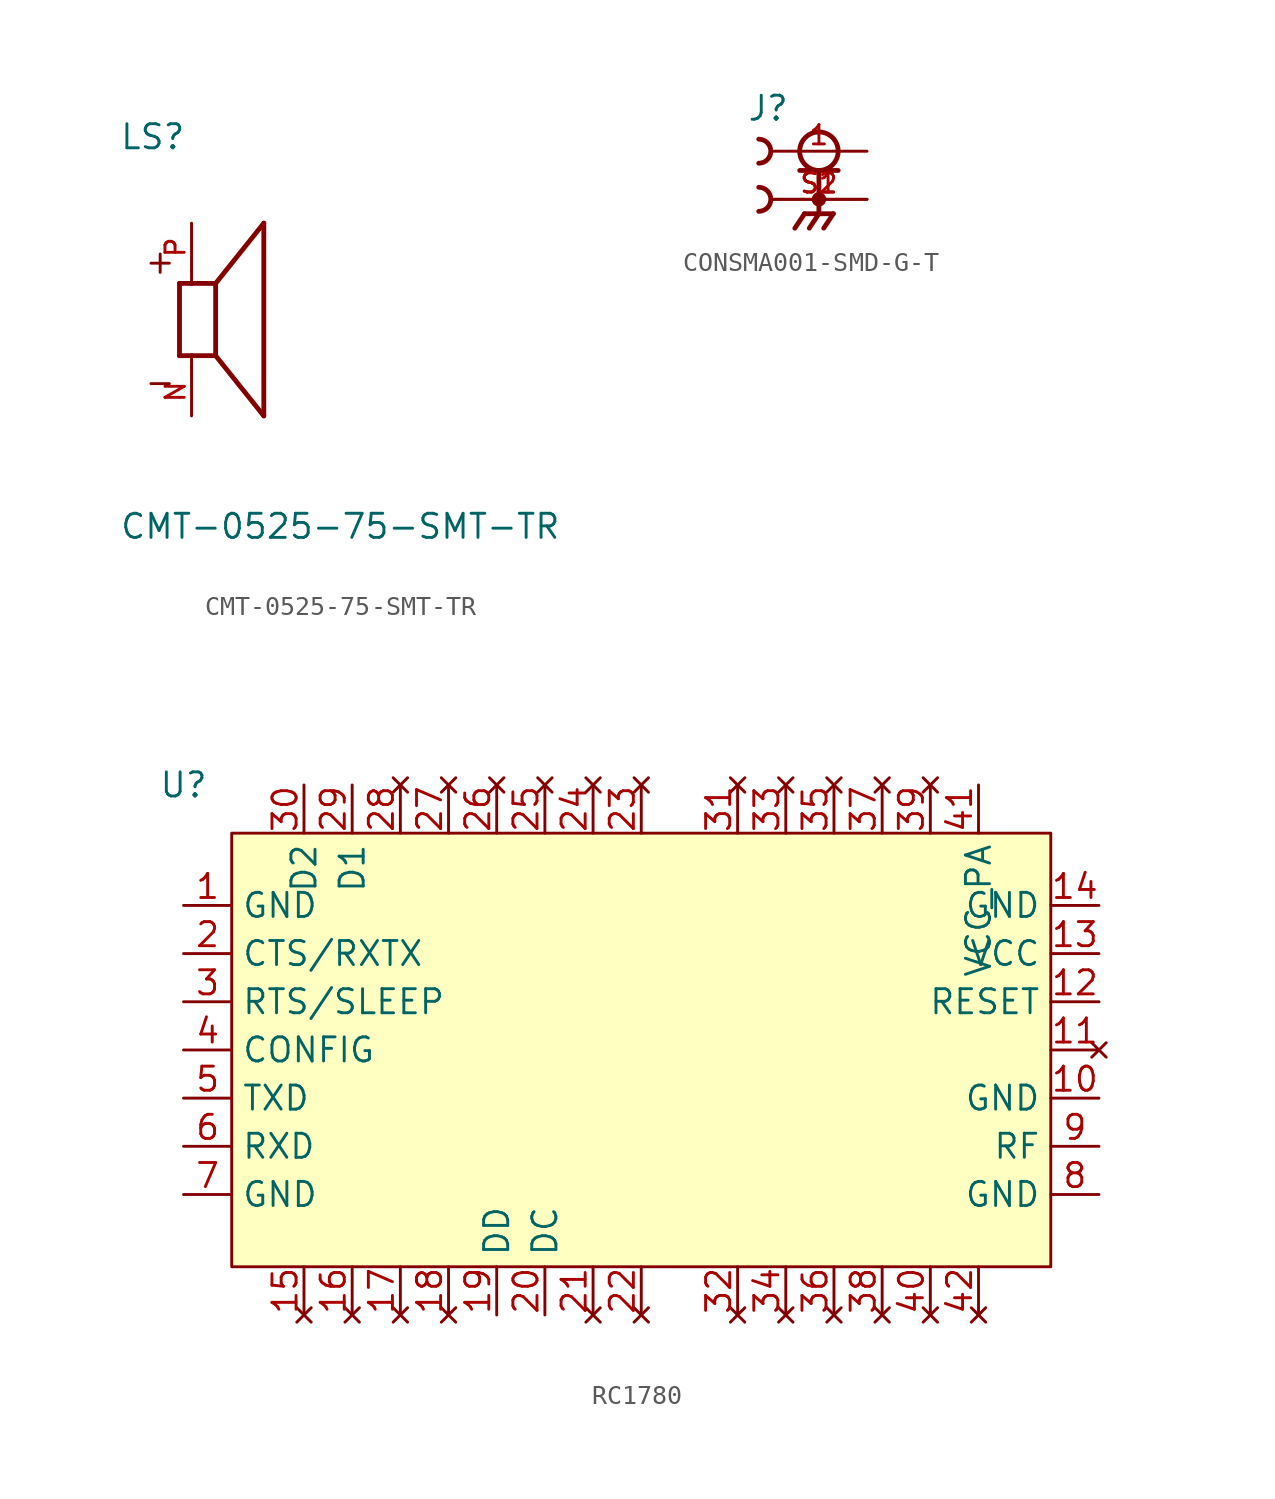
<source format=kicad_sym>
(kicad_symbol_lib
  (version 20241209)
  (generator "kicad_symbol_editor")
  (generator_version "9.0")
  (symbol "CMT-0525-75-SMT-TR"
    (pin_names
      (offset 1.016))
    (property "Reference" "LS"
      (at -3.81 8.89 0)
      (effects (font (size 1.27 1.27)) (justify left bottom)))
    (property "Value" "CMT-0525-75-SMT-TR"
      (at -3.81 -10.16 0)
      (effects (font (size 1.27 1.27)) (justify left top)))
    (symbol "CMT-0525-75-SMT-TR_0_0"
      (polyline (pts (xy -0.635 1.905) (xy -0.635 -1.905)) (stroke (width 0.254) (type default)) (fill (type none)))
      (polyline (pts (xy -0.635 1.905) (xy 0 1.905)) (stroke (width 0.254) (type default)) (fill (type none)))
      (polyline (pts (xy -0.635 -1.905) (xy 0 -1.905)) (stroke (width 0.254) (type default)) (fill (type none)))
      (polyline (pts (xy 0 2.54) (xy 0 1.905)) (stroke (width 0.152) (type default)) (fill (type none)))
      (polyline (pts (xy 0 1.905) (xy 1.27 1.905)) (stroke (width 0.254) (type default)) (fill (type none)))
      (polyline (pts (xy 0 -1.905) (xy 1.27 -1.905)) (stroke (width 0.254) (type default)) (fill (type none)))
      (polyline (pts (xy 0 -2.54) (xy 0 -1.905)) (stroke (width 0.152) (type default)) (fill (type none)))
      (polyline (pts (xy 1.27 1.905) (xy 3.81 5.08)) (stroke (width 0.254) (type default)) (fill (type none)))
      (polyline (pts (xy 1.27 -1.905) (xy 1.27 1.905)) (stroke (width 0.254) (type default)) (fill (type none)))
      (polyline (pts (xy 1.27 -1.905) (xy 3.81 -5.08)) (stroke (width 0.254) (type default)) (fill (type none)))
      (polyline (pts (xy 3.81 -5.08) (xy 3.81 5.08)) (stroke (width 0.254) (type default)) (fill (type none)))
      (text "+" (at -2.54 3.81 0) (effects (font (size 1.27 1.27)) (justify left top)))
      (text "-" (at -2.54 -2.54 0) (effects (font (size 1.27 1.27)) (justify left top)))
      (pin passive line (at 0 5.08 270) (length 2.54) (name "~" (effects (font (size 1.016 1.016)))) (number "P" (effects (font (size 1.016 1.016)))))
      (pin passive line (at 0 -5.08 90) (length 2.54) (name "~" (effects (font (size 1.016 1.016)))) (number "N" (effects (font (size 1.016 1.016)))))))
  (symbol "CONSMA001-SMD-G-T"
    (pin_names
      (offset 1.016))
    (property "Reference" "J"
      (at -3.81 1.524 0)
      (effects (font (size 1.27 1.27)) (justify left bottom)))
    (symbol "CONSMA001-SMD-G-T_0_0"
      (arc (start -3.175 0.635) (mid -2.5427 0) (end -3.175 -0.635) (stroke (width 0.254) (type default)) (fill (type none)))
      (arc (start -3.175 -1.905) (mid -2.5427 -2.54) (end -3.175 -3.175) (stroke (width 0.254) (type default)) (fill (type none)))
      (polyline (pts (xy -1.016 -1.016) (xy 1.016 -1.016)) (stroke (width 0.254) (type default)) (fill (type none)))
      (polyline (pts (xy -0.762 -3.302) (xy -1.27 -4.064)) (stroke (width 0.254) (type default)) (fill (type none)))
      (circle (center 0 0) (radius 1.016) (stroke (width 0.254) (type default)) (fill (type none)))
      (polyline (pts (xy 0 -1.016) (xy 0 -3.302)) (stroke (width 0.254) (type default)) (fill (type none)))
      (circle (center 0 -2.54) (radius 0.254) (stroke (width 0.254) (type default)) (fill (type none)))
      (polyline (pts (xy 0 -3.302) (xy -0.508 -4.064)) (stroke (width 0.254) (type default)) (fill (type none)))
      (polyline (pts (xy 0.762 -3.302) (xy -0.762 -3.302)) (stroke (width 0.254) (type default)) (fill (type none)))
      (polyline (pts (xy 0.762 -3.302) (xy 0.254 -4.064)) (stroke (width 0.254) (type default)) (fill (type none)))
      (pin passive line (at 2.54 0 180) (length 5.08) (name "~" (effects (font (size 1.016 1.016)))) (number "1" (effects (font (size 1.016 1.016)))))
      (pin passive line (at 2.54 -2.54 180) (length 5.08) (name "~" (effects (font (size 1.016 1.016)))) (number "S1" (effects (font (size 1.016 1.016)))))
      (pin passive line (at 2.54 -2.54 180) (length 5.08) (name "~" (effects (font (size 1.016 1.016)))) (number "S2" (effects (font (size 1.016 1.016)))))))
  (symbol "RC1780"
    (property "Reference" "U"
      (at 0 0 0)
      (effects (font (size 1.27 1.27))))
    (property "Value" ""
      (at 0 0 0)
      (effects (font (size 1.27 1.27))))
    (symbol "RC1780_0_1"
      (rectangle (start 2.54 -2.54) (end 45.72 -25.4) (stroke (width 0) (type default)) (fill (type background))))
    (symbol "RC1780_1_1"
      (pin power_in line (at 0 -6.35 0) (length 2.54) (name "GND" (effects (font (size 1.27 1.27)))) (number "1" (effects (font (size 1.27 1.27)))))
      (pin output line (at 0 -8.89 0) (length 2.54) (name "CTS/RXTX" (effects (font (size 1.27 1.27)))) (number "2" (effects (font (size 1.27 1.27)))))
      (pin input line (at 0 -11.43 0) (length 2.54) (name "RTS/SLEEP" (effects (font (size 1.27 1.27)))) (number "3" (effects (font (size 1.27 1.27)))))
      (pin input line (at 0 -13.97 0) (length 2.54) (name "CONFIG" (effects (font (size 1.27 1.27)))) (number "4" (effects (font (size 1.27 1.27)))))
      (pin output line (at 0 -16.51 0) (length 2.54) (name "TXD" (effects (font (size 1.27 1.27)))) (number "5" (effects (font (size 1.27 1.27)))))
      (pin input line (at 0 -19.05 0) (length 2.54) (name "RXD" (effects (font (size 1.27 1.27)))) (number "6" (effects (font (size 1.27 1.27)))))
      (pin power_in line (at 0 -21.59 0) (length 2.54) (name "GND" (effects (font (size 1.27 1.27)))) (number "7" (effects (font (size 1.27 1.27)))))
      (pin output line (at 6.35 0 270) (length 2.54) (name "D2" (effects (font (size 1.27 1.27)))) (number "30" (effects (font (size 1.27 1.27)))))
      (pin no_connect line (at 6.35 -27.94 90) (length 2.54) (name "" (effects (font (size 1.27 1.27)))) (number "15" (effects (font (size 1.27 1.27)))))
      (pin output line (at 8.89 0 270) (length 2.54) (name "D1" (effects (font (size 1.27 1.27)))) (number "29" (effects (font (size 1.27 1.27)))))
      (pin no_connect line (at 8.89 -27.94 90) (length 2.54) (name "" (effects (font (size 1.27 1.27)))) (number "16" (effects (font (size 1.27 1.27)))))
      (pin no_connect line (at 11.43 0 270) (length 2.54) (name "" (effects (font (size 1.27 1.27)))) (number "28" (effects (font (size 1.27 1.27)))))
      (pin no_connect line (at 11.43 -27.94 90) (length 2.54) (name "" (effects (font (size 1.27 1.27)))) (number "17" (effects (font (size 1.27 1.27)))))
      (pin no_connect line (at 13.97 0 270) (length 2.54) (name "" (effects (font (size 1.27 1.27)))) (number "27" (effects (font (size 1.27 1.27)))))
      (pin no_connect line (at 13.97 -27.94 90) (length 2.54) (name "" (effects (font (size 1.27 1.27)))) (number "18" (effects (font (size 1.27 1.27)))))
      (pin no_connect line (at 16.51 0 270) (length 2.54) (name "" (effects (font (size 1.27 1.27)))) (number "26" (effects (font (size 1.27 1.27)))))
      (pin input line (at 16.51 -27.94 90) (length 2.54) (name "DD" (effects (font (size 1.27 1.27)))) (number "19" (effects (font (size 1.27 1.27)))))
      (pin no_connect line (at 19.05 0 270) (length 2.54) (name "" (effects (font (size 1.27 1.27)))) (number "25" (effects (font (size 1.27 1.27)))))
      (pin input line (at 19.05 -27.94 90) (length 2.54) (name "DC" (effects (font (size 1.27 1.27)))) (number "20" (effects (font (size 1.27 1.27)))))
      (pin no_connect line (at 21.59 0 270) (length 2.54) (name "" (effects (font (size 1.27 1.27)))) (number "24" (effects (font (size 1.27 1.27)))))
      (pin no_connect line (at 21.59 -27.94 90) (length 2.54) (name "" (effects (font (size 1.27 1.27)))) (number "21" (effects (font (size 1.27 1.27)))))
      (pin no_connect line (at 24.13 0 270) (length 2.54) (name "" (effects (font (size 1.27 1.27)))) (number "23" (effects (font (size 1.27 1.27)))))
      (pin no_connect line (at 24.13 -27.94 90) (length 2.54) (name "" (effects (font (size 1.27 1.27)))) (number "22" (effects (font (size 1.27 1.27)))))
      (pin no_connect line (at 29.21 0 270) (length 2.54) (name "" (effects (font (size 1.27 1.27)))) (number "31" (effects (font (size 1.27 1.27)))))
      (pin no_connect line (at 29.21 -27.94 90) (length 2.54) (name "" (effects (font (size 1.27 1.27)))) (number "32" (effects (font (size 1.27 1.27)))))
      (pin no_connect line (at 31.75 0 270) (length 2.54) (name "" (effects (font (size 1.27 1.27)))) (number "33" (effects (font (size 1.27 1.27)))))
      (pin no_connect line (at 31.75 -27.94 90) (length 2.54) (name "" (effects (font (size 1.27 1.27)))) (number "34" (effects (font (size 1.27 1.27)))))
      (pin no_connect line (at 34.29 0 270) (length 2.54) (name "" (effects (font (size 1.27 1.27)))) (number "35" (effects (font (size 1.27 1.27)))))
      (pin no_connect line (at 34.29 -27.94 90) (length 2.54) (name "" (effects (font (size 1.27 1.27)))) (number "36" (effects (font (size 1.27 1.27)))))
      (pin no_connect line (at 36.83 0 270) (length 2.54) (name "" (effects (font (size 1.27 1.27)))) (number "37" (effects (font (size 1.27 1.27)))))
      (pin no_connect line (at 36.83 -27.94 90) (length 2.54) (name "" (effects (font (size 1.27 1.27)))) (number "38" (effects (font (size 1.27 1.27)))))
      (pin no_connect line (at 39.37 0 270) (length 2.54) (name "" (effects (font (size 1.27 1.27)))) (number "39" (effects (font (size 1.27 1.27)))))
      (pin no_connect line (at 39.37 -27.94 90) (length 2.54) (name "" (effects (font (size 1.27 1.27)))) (number "40" (effects (font (size 1.27 1.27)))))
      (pin power_in line (at 41.91 0 270) (length 2.54) (name "VCC_PA" (effects (font (size 1.27 1.27)))) (number "41" (effects (font (size 1.27 1.27)))))
      (pin no_connect line (at 41.91 -27.94 90) (length 2.54) (name "" (effects (font (size 1.27 1.27)))) (number "42" (effects (font (size 1.27 1.27)))))
      (pin power_in line (at 48.26 -6.35 180) (length 2.54) (name "GND" (effects (font (size 1.27 1.27)))) (number "14" (effects (font (size 1.27 1.27)))))
      (pin power_in line (at 48.26 -8.89 180) (length 2.54) (name "VCC" (effects (font (size 1.27 1.27)))) (number "13" (effects (font (size 1.27 1.27)))))
      (pin input line (at 48.26 -11.43 180) (length 2.54) (name "RESET" (effects (font (size 1.27 1.27)))) (number "12" (effects (font (size 1.27 1.27)))))
      (pin no_connect line (at 48.26 -13.97 180) (length 2.54) (name "" (effects (font (size 1.27 1.27)))) (number "11" (effects (font (size 1.27 1.27)))))
      (pin power_in line (at 48.26 -16.51 180) (length 2.54) (name "GND" (effects (font (size 1.27 1.27)))) (number "10" (effects (font (size 1.27 1.27)))))
      (pin output line (at 48.26 -19.05 180) (length 2.54) (name "RF" (effects (font (size 1.27 1.27)))) (number "9" (effects (font (size 1.27 1.27)))))
      (pin power_in line (at 48.26 -21.59 180) (length 2.54) (name "GND" (effects (font (size 1.27 1.27)))) (number "8" (effects (font (size 1.27 1.27))))))))
</source>
